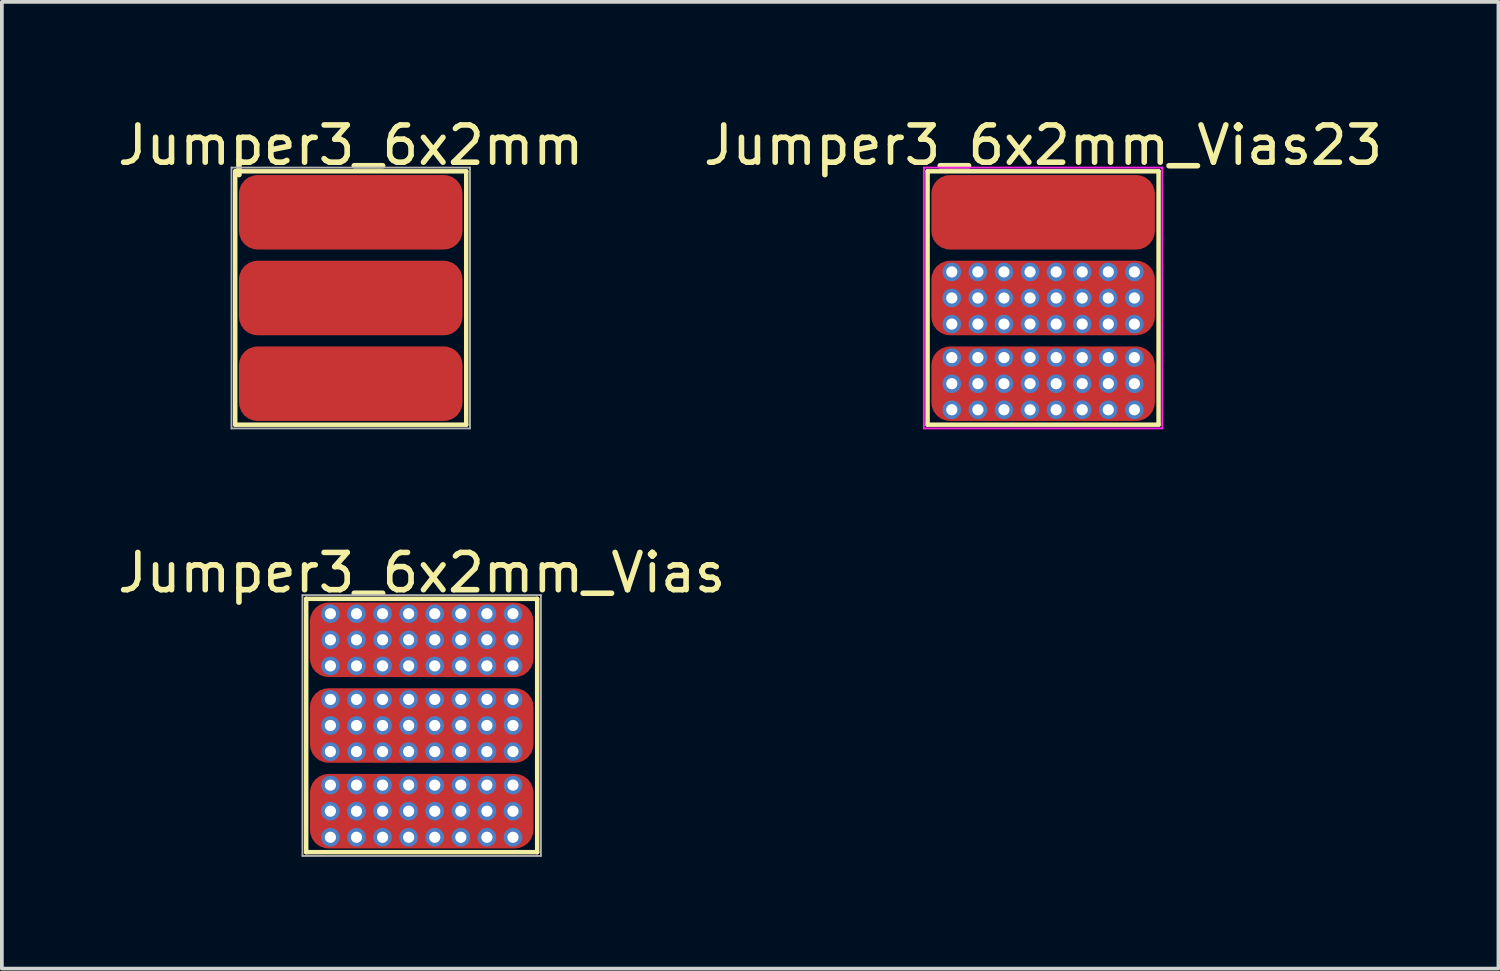
<source format=kicad_pcb>
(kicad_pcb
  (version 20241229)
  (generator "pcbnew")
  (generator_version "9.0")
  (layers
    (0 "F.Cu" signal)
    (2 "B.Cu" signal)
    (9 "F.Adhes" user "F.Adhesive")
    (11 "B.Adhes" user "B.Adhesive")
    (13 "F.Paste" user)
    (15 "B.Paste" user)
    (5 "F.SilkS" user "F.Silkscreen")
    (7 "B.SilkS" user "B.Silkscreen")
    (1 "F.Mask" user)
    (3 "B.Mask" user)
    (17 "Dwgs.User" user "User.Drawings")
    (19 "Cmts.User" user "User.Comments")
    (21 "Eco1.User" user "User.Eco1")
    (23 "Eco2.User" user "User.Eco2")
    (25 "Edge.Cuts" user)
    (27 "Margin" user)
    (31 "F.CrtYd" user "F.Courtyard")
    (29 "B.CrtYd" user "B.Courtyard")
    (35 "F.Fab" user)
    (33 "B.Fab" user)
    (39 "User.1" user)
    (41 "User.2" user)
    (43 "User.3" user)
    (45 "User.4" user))
  (footprint "Jumper3_6x2mm_Vias23"
    (layer "F.Cu")
    (at 24.946 4.948)
    (property "Reference" "Jumper3_6x2mm_Vias23" (at 0 -4.1 0) (layer "F.SilkS") (effects (font (size 1 1) (thickness 0.15))))
    (attr through_hole)
    (fp_line (start -3.1 -3.4) (end 3.1 -3.4) (stroke (width 0.12) (type solid)) (layer "F.SilkS"))
    (fp_line (start -3.1 3.4) (end -3.1 -3.4) (stroke (width 0.12) (type solid)) (layer "F.SilkS"))
    (fp_line (start 3.1 -3.4) (end 3.1 3.4) (stroke (width 0.12) (type solid)) (layer "F.SilkS"))
    (fp_line (start 3.1 3.4) (end -3.1 3.4) (stroke (width 0.12) (type solid)) (layer "F.SilkS"))
    (fp_line (start -3.2 -3.5) (end 3.2 -3.5) (stroke (width 0.05) (type solid)) (layer "F.CrtYd"))
    (fp_line (start -3.2 3.5) (end -3.2 -3.5) (stroke (width 0.05) (type solid)) (layer "F.CrtYd"))
    (fp_line (start 3.2 -3.5) (end 3.2 3.5) (stroke (width 0.05) (type solid)) (layer "F.CrtYd"))
    (fp_line (start 3.2 3.5) (end -3.2 3.5) (stroke (width 0.05) (type solid)) (layer "F.CrtYd"))
    (pad "1" smd roundrect (at 0 -2.3) (size 6 2) (layers "F.Cu" "F.Mask") (roundrect_rratio 0.25))
    (pad "2" thru_hole circle (at -2.45 -0.7) (size 0.5 0.5) (drill 0.3) (layers "*.Cu" "F.Mask"))
    (pad "2" thru_hole circle (at -2.45 0) (size 0.5 0.5) (drill 0.3) (layers "*.Cu" "F.Mask"))
    (pad "2" thru_hole circle (at -2.45 0.7) (size 0.5 0.5) (drill 0.3) (layers "*.Cu" "F.Mask"))
    (pad "2" thru_hole circle (at -1.75 -0.7) (size 0.5 0.5) (drill 0.3) (layers "*.Cu" "F.Mask"))
    (pad "2" thru_hole circle (at -1.75 0) (size 0.5 0.5) (drill 0.3) (layers "*.Cu" "F.Mask"))
    (pad "2" thru_hole circle (at -1.75 0.7) (size 0.5 0.5) (drill 0.3) (layers "*.Cu" "F.Mask"))
    (pad "2" thru_hole circle (at -1.05 -0.7) (size 0.5 0.5) (drill 0.3) (layers "*.Cu" "F.Mask"))
    (pad "2" thru_hole circle (at -1.05 0) (size 0.5 0.5) (drill 0.3) (layers "*.Cu" "F.Mask"))
    (pad "2" thru_hole circle (at -1.05 0.7) (size 0.5 0.5) (drill 0.3) (layers "*.Cu" "F.Mask"))
    (pad "2" thru_hole circle (at -0.35 -0.7) (size 0.5 0.5) (drill 0.3) (layers "*.Cu" "F.Mask"))
    (pad "2" thru_hole circle (at -0.35 0) (size 0.5 0.5) (drill 0.3) (layers "*.Cu" "F.Mask"))
    (pad "2" thru_hole circle (at -0.35 0.7) (size 0.5 0.5) (drill 0.3) (layers "*.Cu" "F.Mask"))
    (pad "2" smd roundrect (at 0 0) (size 6 2) (layers "F.Cu" "F.Mask") (roundrect_rratio 0.25))
    (pad "2" thru_hole circle (at 0.35 -0.7) (size 0.5 0.5) (drill 0.3) (layers "*.Cu" "F.Mask"))
    (pad "2" thru_hole circle (at 0.35 0) (size 0.5 0.5) (drill 0.3) (layers "*.Cu" "F.Mask"))
    (pad "2" thru_hole circle (at 0.35 0.7) (size 0.5 0.5) (drill 0.3) (layers "*.Cu" "F.Mask"))
    (pad "2" thru_hole circle (at 1.05 -0.7) (size 0.5 0.5) (drill 0.3) (layers "*.Cu" "F.Mask"))
    (pad "2" thru_hole circle (at 1.05 0) (size 0.5 0.5) (drill 0.3) (layers "*.Cu" "F.Mask"))
    (pad "2" thru_hole circle (at 1.05 0.7) (size 0.5 0.5) (drill 0.3) (layers "*.Cu" "F.Mask"))
    (pad "2" thru_hole circle (at 1.75 -0.7) (size 0.5 0.5) (drill 0.3) (layers "*.Cu" "F.Mask"))
    (pad "2" thru_hole circle (at 1.75 0) (size 0.5 0.5) (drill 0.3) (layers "*.Cu" "F.Mask"))
    (pad "2" thru_hole circle (at 1.75 0.7) (size 0.5 0.5) (drill 0.3) (layers "*.Cu" "F.Mask"))
    (pad "2" thru_hole circle (at 2.45 -0.7) (size 0.5 0.5) (drill 0.3) (layers "*.Cu" "F.Mask"))
    (pad "2" thru_hole circle (at 2.45 0) (size 0.5 0.5) (drill 0.3) (layers "*.Cu" "F.Mask"))
    (pad "2" thru_hole circle (at 2.45 0.7) (size 0.5 0.5) (drill 0.3) (layers "*.Cu" "F.Mask"))
    (pad "3" thru_hole circle (at -2.45 1.6) (size 0.5 0.5) (drill 0.3) (layers "*.Cu" "F.Mask"))
    (pad "3" thru_hole circle (at -2.45 2.3) (size 0.5 0.5) (drill 0.3) (layers "*.Cu" "F.Mask"))
    (pad "3" thru_hole circle (at -2.45 3) (size 0.5 0.5) (drill 0.3) (layers "*.Cu" "F.Mask"))
    (pad "3" thru_hole circle (at -1.75 1.6) (size 0.5 0.5) (drill 0.3) (layers "*.Cu" "F.Mask"))
    (pad "3" thru_hole circle (at -1.75 2.3) (size 0.5 0.5) (drill 0.3) (layers "*.Cu" "F.Mask"))
    (pad "3" thru_hole circle (at -1.75 3) (size 0.5 0.5) (drill 0.3) (layers "*.Cu" "F.Mask"))
    (pad "3" thru_hole circle (at -1.05 1.6) (size 0.5 0.5) (drill 0.3) (layers "*.Cu" "F.Mask"))
    (pad "3" thru_hole circle (at -1.05 2.3) (size 0.5 0.5) (drill 0.3) (layers "*.Cu" "F.Mask"))
    (pad "3" thru_hole circle (at -1.05 3) (size 0.5 0.5) (drill 0.3) (layers "*.Cu" "F.Mask"))
    (pad "3" thru_hole circle (at -0.35 1.6) (size 0.5 0.5) (drill 0.3) (layers "*.Cu" "F.Mask"))
    (pad "3" thru_hole circle (at -0.35 2.3) (size 0.5 0.5) (drill 0.3) (layers "*.Cu" "F.Mask"))
    (pad "3" thru_hole circle (at -0.35 3) (size 0.5 0.5) (drill 0.3) (layers "*.Cu" "F.Mask"))
    (pad "3" smd roundrect (at 0 2.3) (size 6 2) (layers "F.Cu" "F.Mask") (roundrect_rratio 0.25))
    (pad "3" thru_hole circle (at 0.35 1.6) (size 0.5 0.5) (drill 0.3) (layers "*.Cu" "F.Mask"))
    (pad "3" thru_hole circle (at 0.35 2.3) (size 0.5 0.5) (drill 0.3) (layers "*.Cu" "F.Mask"))
    (pad "3" thru_hole circle (at 0.35 3) (size 0.5 0.5) (drill 0.3) (layers "*.Cu" "F.Mask"))
    (pad "3" thru_hole circle (at 1.05 1.6) (size 0.5 0.5) (drill 0.3) (layers "*.Cu" "F.Mask"))
    (pad "3" thru_hole circle (at 1.05 2.3) (size 0.5 0.5) (drill 0.3) (layers "*.Cu" "F.Mask"))
    (pad "3" thru_hole circle (at 1.05 3) (size 0.5 0.5) (drill 0.3) (layers "*.Cu" "F.Mask"))
    (pad "3" thru_hole circle (at 1.75 1.6) (size 0.5 0.5) (drill 0.3) (layers "*.Cu" "F.Mask"))
    (pad "3" thru_hole circle (at 1.75 2.3) (size 0.5 0.5) (drill 0.3) (layers "*.Cu" "F.Mask"))
    (pad "3" thru_hole circle (at 1.75 3) (size 0.5 0.5) (drill 0.3) (layers "*.Cu" "F.Mask"))
    (pad "3" thru_hole circle (at 2.45 1.6) (size 0.5 0.5) (drill 0.3) (layers "*.Cu" "F.Mask"))
    (pad "3" thru_hole circle (at 2.45 2.3) (size 0.5 0.5) (drill 0.3) (layers "*.Cu" "F.Mask"))
    (pad "3" thru_hole circle (at 2.45 3) (size 0.5 0.5) (drill 0.3) (layers "*.Cu" "F.Mask")))
  (footprint "Jumper3_6x2mm_Vias"
    (layer "F.Cu")
    (at 8.268 16.422)
    (property "Reference" "Jumper3_6x2mm_Vias" (at 0 -4.1 0) (layer "F.SilkS") (effects (font (size 1 1) (thickness 0.15))))
    (attr through_hole)
    (fp_line (start -3.1 -3.4) (end 3.1 -3.4) (stroke (width 0.12) (type solid)) (layer "F.SilkS"))
    (fp_line (start -3.1 3.4) (end -3.1 -3.4) (stroke (width 0.12) (type solid)) (layer "F.SilkS"))
    (fp_line (start 3.1 -3.4) (end 3.1 3.4) (stroke (width 0.12) (type solid)) (layer "F.SilkS"))
    (fp_line (start 3.1 3.4) (end -3.1 3.4) (stroke (width 0.12) (type solid)) (layer "F.SilkS"))
    (fp_line (start -3.2 -3.5) (end 3.2 -3.5) (stroke (width 0.05) (type solid)) (layer "F.Fab"))
    (fp_line (start -3.2 3.5) (end -3.2 -3.5) (stroke (width 0.05) (type solid)) (layer "F.Fab"))
    (fp_line (start 3.2 -3.5) (end 3.2 3.5) (stroke (width 0.05) (type solid)) (layer "F.Fab"))
    (fp_line (start 3.2 3.5) (end -3.2 3.5) (stroke (width 0.05) (type solid)) (layer "F.Fab"))
    (pad "1" thru_hole circle (at -2.45 -3) (size 0.5 0.5) (drill 0.3) (layers "*.Cu" "*.Mask"))
    (pad "1" thru_hole circle (at -2.45 -2.3) (size 0.5 0.5) (drill 0.3) (layers "*.Cu" "*.Mask"))
    (pad "1" thru_hole circle (at -2.45 -1.6) (size 0.5 0.5) (drill 0.3) (layers "*.Cu" "*.Mask"))
    (pad "1" thru_hole circle (at -1.75 -3) (size 0.5 0.5) (drill 0.3) (layers "*.Cu" "*.Mask"))
    (pad "1" thru_hole circle (at -1.75 -2.3) (size 0.5 0.5) (drill 0.3) (layers "*.Cu" "*.Mask"))
    (pad "1" thru_hole circle (at -1.75 -1.6) (size 0.5 0.5) (drill 0.3) (layers "*.Cu" "*.Mask"))
    (pad "1" thru_hole circle (at -1.05 -3) (size 0.5 0.5) (drill 0.3) (layers "*.Cu" "*.Mask"))
    (pad "1" thru_hole circle (at -1.05 -2.3) (size 0.5 0.5) (drill 0.3) (layers "*.Cu" "*.Mask"))
    (pad "1" thru_hole circle (at -1.05 -1.6) (size 0.5 0.5) (drill 0.3) (layers "*.Cu" "*.Mask"))
    (pad "1" thru_hole circle (at -0.35 -3) (size 0.5 0.5) (drill 0.3) (layers "*.Cu" "*.Mask"))
    (pad "1" thru_hole circle (at -0.35 -2.3) (size 0.5 0.5) (drill 0.3) (layers "*.Cu" "*.Mask"))
    (pad "1" thru_hole circle (at -0.35 -1.6) (size 0.5 0.5) (drill 0.3) (layers "*.Cu" "*.Mask"))
    (pad "1" smd roundrect (at 0 -2.3) (size 6 2) (layers "F.Cu" "F.Mask") (roundrect_rratio 0.25))
    (pad "1" thru_hole circle (at 0.35 -3) (size 0.5 0.5) (drill 0.3) (layers "*.Cu" "*.Mask"))
    (pad "1" thru_hole circle (at 0.35 -2.3) (size 0.5 0.5) (drill 0.3) (layers "*.Cu" "*.Mask"))
    (pad "1" thru_hole circle (at 0.35 -1.6) (size 0.5 0.5) (drill 0.3) (layers "*.Cu" "*.Mask"))
    (pad "1" thru_hole circle (at 1.05 -3) (size 0.5 0.5) (drill 0.3) (layers "*.Cu" "*.Mask"))
    (pad "1" thru_hole circle (at 1.05 -2.3) (size 0.5 0.5) (drill 0.3) (layers "*.Cu" "*.Mask"))
    (pad "1" thru_hole circle (at 1.05 -1.6) (size 0.5 0.5) (drill 0.3) (layers "*.Cu" "*.Mask"))
    (pad "1" thru_hole circle (at 1.75 -3) (size 0.5 0.5) (drill 0.3) (layers "*.Cu" "*.Mask"))
    (pad "1" thru_hole circle (at 1.75 -2.3) (size 0.5 0.5) (drill 0.3) (layers "*.Cu" "*.Mask"))
    (pad "1" thru_hole circle (at 1.75 -1.6) (size 0.5 0.5) (drill 0.3) (layers "*.Cu" "*.Mask"))
    (pad "1" thru_hole circle (at 2.45 -3) (size 0.5 0.5) (drill 0.3) (layers "*.Cu" "*.Mask"))
    (pad "1" thru_hole circle (at 2.45 -2.3) (size 0.5 0.5) (drill 0.3) (layers "*.Cu" "*.Mask"))
    (pad "1" thru_hole circle (at 2.45 -1.6) (size 0.5 0.5) (drill 0.3) (layers "*.Cu" "*.Mask"))
    (pad "2" thru_hole circle (at -2.45 -0.7) (size 0.5 0.5) (drill 0.3) (layers "*.Cu" "*.Mask"))
    (pad "2" thru_hole circle (at -2.45 0) (size 0.5 0.5) (drill 0.3) (layers "*.Cu" "*.Mask"))
    (pad "2" thru_hole circle (at -2.45 0.7) (size 0.5 0.5) (drill 0.3) (layers "*.Cu" "*.Mask"))
    (pad "2" thru_hole circle (at -1.75 -0.7) (size 0.5 0.5) (drill 0.3) (layers "*.Cu" "*.Mask"))
    (pad "2" thru_hole circle (at -1.75 0) (size 0.5 0.5) (drill 0.3) (layers "*.Cu" "*.Mask"))
    (pad "2" thru_hole circle (at -1.75 0.7) (size 0.5 0.5) (drill 0.3) (layers "*.Cu" "*.Mask"))
    (pad "2" thru_hole circle (at -1.05 -0.7) (size 0.5 0.5) (drill 0.3) (layers "*.Cu" "*.Mask"))
    (pad "2" thru_hole circle (at -1.05 0) (size 0.5 0.5) (drill 0.3) (layers "*.Cu" "*.Mask"))
    (pad "2" thru_hole circle (at -1.05 0.7) (size 0.5 0.5) (drill 0.3) (layers "*.Cu" "*.Mask"))
    (pad "2" thru_hole circle (at -0.35 -0.7) (size 0.5 0.5) (drill 0.3) (layers "*.Cu" "*.Mask"))
    (pad "2" thru_hole circle (at -0.35 0) (size 0.5 0.5) (drill 0.3) (layers "*.Cu" "*.Mask"))
    (pad "2" thru_hole circle (at -0.35 0.7) (size 0.5 0.5) (drill 0.3) (layers "*.Cu" "*.Mask"))
    (pad "2" smd roundrect (at 0 0) (size 6 2) (layers "F.Cu" "F.Mask") (roundrect_rratio 0.25))
    (pad "2" thru_hole circle (at 0.35 -0.7) (size 0.5 0.5) (drill 0.3) (layers "*.Cu" "*.Mask"))
    (pad "2" thru_hole circle (at 0.35 0) (size 0.5 0.5) (drill 0.3) (layers "*.Cu" "*.Mask"))
    (pad "2" thru_hole circle (at 0.35 0.7) (size 0.5 0.5) (drill 0.3) (layers "*.Cu" "*.Mask"))
    (pad "2" thru_hole circle (at 1.05 -0.7) (size 0.5 0.5) (drill 0.3) (layers "*.Cu" "*.Mask"))
    (pad "2" thru_hole circle (at 1.05 0) (size 0.5 0.5) (drill 0.3) (layers "*.Cu" "*.Mask"))
    (pad "2" thru_hole circle (at 1.05 0.7) (size 0.5 0.5) (drill 0.3) (layers "*.Cu" "*.Mask"))
    (pad "2" thru_hole circle (at 1.75 -0.7) (size 0.5 0.5) (drill 0.3) (layers "*.Cu" "*.Mask"))
    (pad "2" thru_hole circle (at 1.75 0) (size 0.5 0.5) (drill 0.3) (layers "*.Cu" "*.Mask"))
    (pad "2" thru_hole circle (at 1.75 0.7) (size 0.5 0.5) (drill 0.3) (layers "*.Cu" "*.Mask"))
    (pad "2" thru_hole circle (at 2.45 -0.7) (size 0.5 0.5) (drill 0.3) (layers "*.Cu" "*.Mask"))
    (pad "2" thru_hole circle (at 2.45 0) (size 0.5 0.5) (drill 0.3) (layers "*.Cu" "*.Mask"))
    (pad "2" thru_hole circle (at 2.45 0.7) (size 0.5 0.5) (drill 0.3) (layers "*.Cu" "*.Mask"))
    (pad "3" thru_hole circle (at -2.45 1.6) (size 0.5 0.5) (drill 0.3) (layers "*.Cu" "*.Mask"))
    (pad "3" thru_hole circle (at -2.45 2.3) (size 0.5 0.5) (drill 0.3) (layers "*.Cu" "*.Mask"))
    (pad "3" thru_hole circle (at -2.45 3) (size 0.5 0.5) (drill 0.3) (layers "*.Cu" "*.Mask"))
    (pad "3" thru_hole circle (at -1.75 1.6) (size 0.5 0.5) (drill 0.3) (layers "*.Cu" "*.Mask"))
    (pad "3" thru_hole circle (at -1.75 2.3) (size 0.5 0.5) (drill 0.3) (layers "*.Cu" "*.Mask"))
    (pad "3" thru_hole circle (at -1.75 3) (size 0.5 0.5) (drill 0.3) (layers "*.Cu" "*.Mask"))
    (pad "3" thru_hole circle (at -1.05 1.6) (size 0.5 0.5) (drill 0.3) (layers "*.Cu" "*.Mask"))
    (pad "3" thru_hole circle (at -1.05 2.3) (size 0.5 0.5) (drill 0.3) (layers "*.Cu" "*.Mask"))
    (pad "3" thru_hole circle (at -1.05 3) (size 0.5 0.5) (drill 0.3) (layers "*.Cu" "*.Mask"))
    (pad "3" thru_hole circle (at -0.35 1.6) (size 0.5 0.5) (drill 0.3) (layers "*.Cu" "*.Mask"))
    (pad "3" thru_hole circle (at -0.35 2.3) (size 0.5 0.5) (drill 0.3) (layers "*.Cu" "*.Mask"))
    (pad "3" thru_hole circle (at -0.35 3) (size 0.5 0.5) (drill 0.3) (layers "*.Cu" "*.Mask"))
    (pad "3" smd roundrect (at 0 2.3) (size 6 2) (layers "F.Cu" "F.Mask") (roundrect_rratio 0.25))
    (pad "3" thru_hole circle (at 0.35 1.6) (size 0.5 0.5) (drill 0.3) (layers "*.Cu" "*.Mask"))
    (pad "3" thru_hole circle (at 0.35 2.3) (size 0.5 0.5) (drill 0.3) (layers "*.Cu" "*.Mask"))
    (pad "3" thru_hole circle (at 0.35 3) (size 0.5 0.5) (drill 0.3) (layers "*.Cu" "*.Mask"))
    (pad "3" thru_hole circle (at 1.05 1.6) (size 0.5 0.5) (drill 0.3) (layers "*.Cu" "*.Mask"))
    (pad "3" thru_hole circle (at 1.05 2.3) (size 0.5 0.5) (drill 0.3) (layers "*.Cu" "*.Mask"))
    (pad "3" thru_hole circle (at 1.05 3) (size 0.5 0.5) (drill 0.3) (layers "*.Cu" "*.Mask"))
    (pad "3" thru_hole circle (at 1.75 1.6) (size 0.5 0.5) (drill 0.3) (layers "*.Cu" "*.Mask"))
    (pad "3" thru_hole circle (at 1.75 2.3) (size 0.5 0.5) (drill 0.3) (layers "*.Cu" "*.Mask"))
    (pad "3" thru_hole circle (at 1.75 3) (size 0.5 0.5) (drill 0.3) (layers "*.Cu" "*.Mask"))
    (pad "3" thru_hole circle (at 2.45 1.6) (size 0.5 0.5) (drill 0.3) (layers "*.Cu" "*.Mask"))
    (pad "3" thru_hole circle (at 2.45 2.3) (size 0.5 0.5) (drill 0.3) (layers "*.Cu" "*.Mask"))
    (pad "3" thru_hole circle (at 2.45 3) (size 0.5 0.5) (drill 0.3) (layers "*.Cu" "*.Mask")))
  (footprint "Jumper3_6x2mm"
    (layer "F.Cu")
    (at 6.363 4.948)
    (property "Reference" "Jumper3_6x2mm" (at 0 -4.1 0) (layer "F.SilkS") (effects (font (size 1 1) (thickness 0.15))))
    (attr through_hole)
    (fp_line (start -3.1 -3.4) (end 3.1 -3.4) (stroke (width 0.12) (type solid)) (layer "F.SilkS"))
    (fp_line (start -3.1 3.4) (end -3.1 -3.4) (stroke (width 0.12) (type solid)) (layer "F.SilkS"))
    (fp_line (start 3.1 -3.4) (end 3.1 3.4) (stroke (width 0.12) (type solid)) (layer "F.SilkS"))
    (fp_line (start 3.1 3.4) (end -3.1 3.4) (stroke (width 0.12) (type solid)) (layer "F.SilkS"))
    (fp_line (start -3.2 -3.5) (end 3.2 -3.5) (stroke (width 0.05) (type solid)) (layer "F.Fab"))
    (fp_line (start -3.2 3.5) (end -3.2 -3.5) (stroke (width 0.05) (type solid)) (layer "F.Fab"))
    (fp_line (start 3.2 -3.5) (end 3.2 3.5) (stroke (width 0.05) (type solid)) (layer "F.Fab"))
    (fp_line (start 3.2 3.5) (end -3.2 3.5) (stroke (width 0.05) (type solid)) (layer "F.Fab"))
    (pad "1" smd roundrect (at 0 -2.3) (size 6 2) (layers "F.Cu" "F.Mask") (roundrect_rratio 0.25))
    (pad "2" smd roundrect (at 0 0) (size 6 2) (layers "F.Cu" "F.Mask") (roundrect_rratio 0.25))
    (pad "3" smd roundrect (at 0 2.3) (size 6 2) (layers "F.Cu" "F.Mask") (roundrect_rratio 0.25)))
  (gr_rect
    (start -3 -3)
    (end 37.167 22.947)
    (stroke (width 0.1) (type default))
    (fill no)
    (layer "Edge.Cuts")))
</source>
